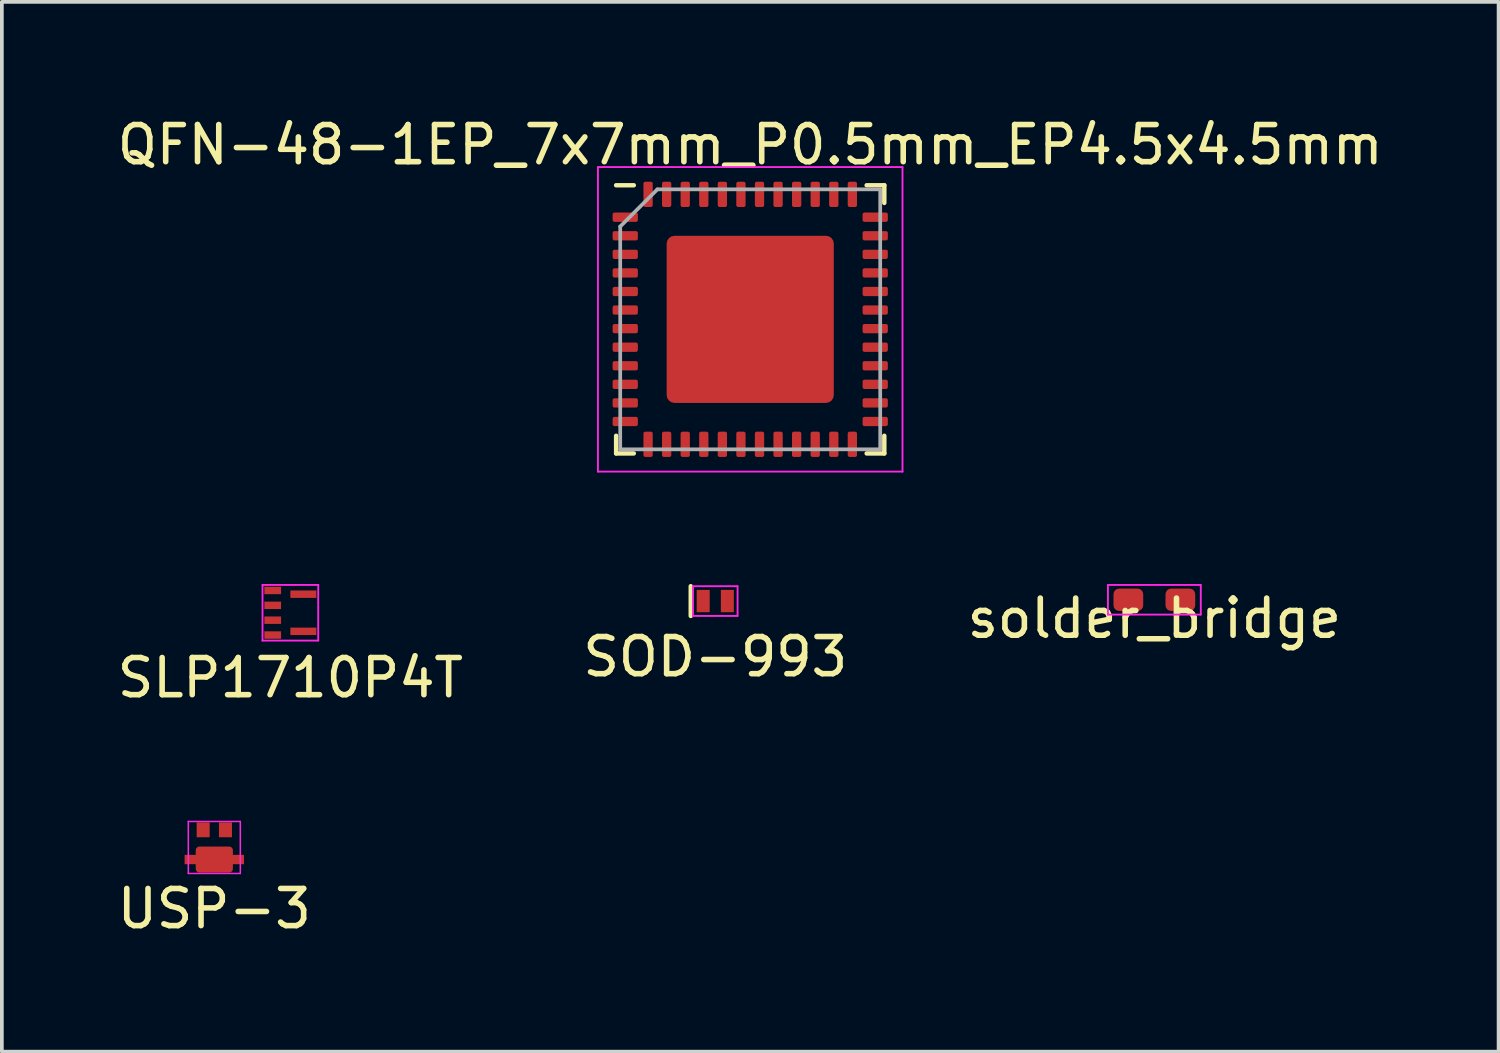
<source format=kicad_pcb>
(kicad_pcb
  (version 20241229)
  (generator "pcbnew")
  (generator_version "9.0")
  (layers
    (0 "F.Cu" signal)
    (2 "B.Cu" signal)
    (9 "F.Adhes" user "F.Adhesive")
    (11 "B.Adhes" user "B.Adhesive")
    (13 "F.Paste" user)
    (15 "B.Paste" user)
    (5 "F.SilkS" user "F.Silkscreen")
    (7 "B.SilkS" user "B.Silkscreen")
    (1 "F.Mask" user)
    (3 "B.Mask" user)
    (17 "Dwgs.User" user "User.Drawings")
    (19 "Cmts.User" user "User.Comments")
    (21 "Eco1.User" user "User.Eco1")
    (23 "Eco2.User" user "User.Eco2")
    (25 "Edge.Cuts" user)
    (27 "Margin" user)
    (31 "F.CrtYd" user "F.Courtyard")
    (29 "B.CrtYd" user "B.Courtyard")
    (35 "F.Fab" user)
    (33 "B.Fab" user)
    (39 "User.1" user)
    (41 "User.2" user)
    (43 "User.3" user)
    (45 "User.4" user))
  (footprint "USP-3"
    (layer "F.Cu")
    (at 2.72 19.892)
    (property "Reference" "USP-3" (at 0 1.524 0) (layer "F.SilkS") (effects (font (size 1 1) (thickness 0.15))))
    (attr through_hole)
    (fp_line (start -0.7 -0.825) (end -0.7 0.575) (stroke (width 0.04) (type solid)) (layer "F.CrtYd"))
    (fp_line (start -0.7 -0.825) (end 0.7 -0.825) (stroke (width 0.04) (type solid)) (layer "F.CrtYd"))
    (fp_line (start -0.7 0.575) (end 0.7 0.575) (stroke (width 0.04) (type solid)) (layer "F.CrtYd"))
    (fp_line (start 0.7 -0.825) (end 0.7 0.575) (stroke (width 0.04) (type solid)) (layer "F.CrtYd"))
    (pad "1" smd rect (at -0.3 -0.6) (size 0.35 0.4) (layers "F.Cu" "F.Mask" "F.Paste"))
    (pad "2" smd rect (at 0.3 -0.6) (size 0.35 0.4) (layers "F.Cu" "F.Mask" "F.Paste"))
    (pad "3" smd custom (at 0 0.2) (size 1.6 0.25) (layers "F.Cu" "F.Mask" "F.Paste") (options (anchor rect)) (primitives (gr_circle (center 0.4 -0.25) (end 0.5 -0.25) (width 0) (fill yes)) (gr_circle (center -0.4 -0.25) (end -0.3 -0.25) (width 0) (fill yes)) (gr_circle (center 0.4 0.25) (end 0.5 0.25) (width 0) (fill yes)) (gr_circle (center -0.4 0.25) (end -0.3 0.25) (width 0) (fill yes)) (gr_poly (pts (xy -0.5 -0.25) (xy -0.4 -0.35) (xy 0.4 -0.35) (xy 0.5 -0.25) (xy 0.5 0.25) (xy 0.4 0.35) (xy -0.4 0.35) (xy -0.5 0.25)) (width 0) (fill yes)))))
  (footprint "QFN-48-1EP_7x7mm_P0.5mm_EP4.5x4.5mm"
    (layer "F.Cu")
    (at 17.149 5.548)
    (property "Reference" "QFN-48-1EP_7x7mm_P0.5mm_EP4.5x4.5mm" (at 0 -4.7 180) (layer "F.SilkS") (effects (font (size 1 1) (thickness 0.15))))
    (attr smd)
    (fp_line (start -3.61 3.61) (end -3.61 3.135) (stroke (width 0.12) (type solid)) (layer "F.SilkS"))
    (fp_line (start -3.135 -3.61) (end -3.61 -3.61) (stroke (width 0.12) (type solid)) (layer "F.SilkS"))
    (fp_line (start -3.135 3.61) (end -3.61 3.61) (stroke (width 0.12) (type solid)) (layer "F.SilkS"))
    (fp_line (start 3.135 -3.61) (end 3.61 -3.61) (stroke (width 0.12) (type solid)) (layer "F.SilkS"))
    (fp_line (start 3.135 3.61) (end 3.61 3.61) (stroke (width 0.12) (type solid)) (layer "F.SilkS"))
    (fp_line (start 3.61 -3.61) (end 3.61 -3.135) (stroke (width 0.12) (type solid)) (layer "F.SilkS"))
    (fp_line (start 3.61 3.61) (end 3.61 3.135) (stroke (width 0.12) (type solid)) (layer "F.SilkS"))
    (fp_line (start -4.1 -4.1) (end -4.1 4.1) (stroke (width 0.05) (type solid)) (layer "F.CrtYd"))
    (fp_line (start -4.1 4.1) (end 4.1 4.1) (stroke (width 0.05) (type solid)) (layer "F.CrtYd"))
    (fp_line (start 4.1 -4.1) (end -4.1 -4.1) (stroke (width 0.05) (type solid)) (layer "F.CrtYd"))
    (fp_line (start 4.1 4.1) (end 4.1 -4.1) (stroke (width 0.05) (type solid)) (layer "F.CrtYd"))
    (fp_line (start -3.5 -2.5) (end -2.5 -3.5) (stroke (width 0.1) (type solid)) (layer "F.Fab"))
    (fp_line (start -3.5 3.5) (end -3.5 -2.5) (stroke (width 0.1) (type solid)) (layer "F.Fab"))
    (fp_line (start -2.5 -3.5) (end 3.5 -3.5) (stroke (width 0.1) (type solid)) (layer "F.Fab"))
    (fp_line (start 3.5 -3.5) (end 3.5 3.5) (stroke (width 0.1) (type solid)) (layer "F.Fab"))
    (fp_line (start 3.5 3.5) (end -3.5 3.5) (stroke (width 0.1) (type solid)) (layer "F.Fab"))
    (pad "" smd roundrect (at -3.44 -2.75) (size 0.83 0.25) (layers "F.Paste") (roundrect_rratio 0.2))
    (pad "" smd roundrect (at -3.44 -2.25) (size 0.83 0.25) (layers "F.Paste") (roundrect_rratio 0.2))
    (pad "" smd roundrect (at -3.44 -1.75) (size 0.83 0.25) (layers "F.Paste") (roundrect_rratio 0.2))
    (pad "" smd roundrect (at -3.44 -1.25) (size 0.83 0.25) (layers "F.Paste") (roundrect_rratio 0.2))
    (pad "" smd roundrect (at -3.44 -0.75) (size 0.83 0.25) (layers "F.Paste") (roundrect_rratio 0.2))
    (pad "" smd roundrect (at -3.44 -0.25) (size 0.83 0.25) (layers "F.Paste") (roundrect_rratio 0.2))
    (pad "" smd roundrect (at -3.44 0.25) (size 0.83 0.25) (layers "F.Paste") (roundrect_rratio 0.2))
    (pad "" smd roundrect (at -3.44 0.75) (size 0.83 0.25) (layers "F.Paste") (roundrect_rratio 0.2))
    (pad "" smd roundrect (at -3.44 1.25) (size 0.83 0.25) (layers "F.Paste") (roundrect_rratio 0.2))
    (pad "" smd roundrect (at -3.44 1.75) (size 0.83 0.25) (layers "F.Paste") (roundrect_rratio 0.2))
    (pad "" smd roundrect (at -3.44 2.25) (size 0.83 0.25) (layers "F.Paste") (roundrect_rratio 0.2))
    (pad "" smd roundrect (at -3.44 2.75) (size 0.83 0.25) (layers "F.Paste") (roundrect_rratio 0.2))
    (pad "" smd roundrect (at -2.75 -3.44 270) (size 0.83 0.25) (layers "F.Paste") (roundrect_rratio 0.2))
    (pad "" smd roundrect (at -2.75 3.44 90) (size 0.83 0.25) (layers "F.Paste") (roundrect_rratio 0.2))
    (pad "" smd roundrect (at -2.25 -3.44 270) (size 0.83 0.25) (layers "F.Paste") (roundrect_rratio 0.2))
    (pad "" smd roundrect (at -2.25 3.44 90) (size 0.83 0.25) (layers "F.Paste") (roundrect_rratio 0.2))
    (pad "" smd roundrect (at -1.75 -3.44 270) (size 0.83 0.25) (layers "F.Paste") (roundrect_rratio 0.2))
    (pad "" smd roundrect (at -1.75 3.44 90) (size 0.83 0.25) (layers "F.Paste") (roundrect_rratio 0.2))
    (pad "" smd roundrect (at -1.575 -1.575) (size 0.75 0.75) (layers "F.Paste") (roundrect_rratio 0.2))
    (pad "" smd roundrect (at -1.575 -0.525) (size 0.75 0.75) (layers "F.Paste") (roundrect_rratio 0.2))
    (pad "" smd roundrect (at -1.575 0.525) (size 0.75 0.75) (layers "F.Paste") (roundrect_rratio 0.2))
    (pad "" smd roundrect (at -1.575 1.575) (size 0.75 0.75) (layers "F.Paste") (roundrect_rratio 0.2))
    (pad "" smd roundrect (at -1.25 -3.44 270) (size 0.83 0.25) (layers "F.Paste") (roundrect_rratio 0.2))
    (pad "" smd roundrect (at -1.25 3.44 90) (size 0.83 0.25) (layers "F.Paste") (roundrect_rratio 0.2))
    (pad "" smd roundrect (at -0.75 -3.44 270) (size 0.83 0.25) (layers "F.Paste") (roundrect_rratio 0.2))
    (pad "" smd roundrect (at -0.75 3.44 90) (size 0.83 0.25) (layers "F.Paste") (roundrect_rratio 0.2))
    (pad "" smd roundrect (at -0.525 -1.575) (size 0.75 0.75) (layers "F.Paste") (roundrect_rratio 0.2))
    (pad "" smd roundrect (at -0.525 -0.525) (size 0.75 0.75) (layers "F.Paste") (roundrect_rratio 0.2))
    (pad "" smd roundrect (at -0.525 0.525) (size 0.75 0.75) (layers "F.Paste") (roundrect_rratio 0.2))
    (pad "" smd roundrect (at -0.525 1.575) (size 0.75 0.75) (layers "F.Paste") (roundrect_rratio 0.2))
    (pad "" smd roundrect (at -0.25 -3.44 270) (size 0.83 0.25) (layers "F.Paste") (roundrect_rratio 0.2))
    (pad "" smd roundrect (at -0.25 3.44 90) (size 0.83 0.25) (layers "F.Paste") (roundrect_rratio 0.2))
    (pad "" smd roundrect (at 0.25 -3.44 270) (size 0.83 0.25) (layers "F.Paste") (roundrect_rratio 0.2))
    (pad "" smd roundrect (at 0.25 3.44 90) (size 0.83 0.25) (layers "F.Paste") (roundrect_rratio 0.2))
    (pad "" smd roundrect (at 0.525 -1.575) (size 0.75 0.75) (layers "F.Paste") (roundrect_rratio 0.2))
    (pad "" smd roundrect (at 0.525 -0.525) (size 0.75 0.75) (layers "F.Paste") (roundrect_rratio 0.2))
    (pad "" smd roundrect (at 0.525 0.525) (size 0.75 0.75) (layers "F.Paste") (roundrect_rratio 0.2))
    (pad "" smd roundrect (at 0.525 1.575) (size 0.75 0.75) (layers "F.Paste") (roundrect_rratio 0.2))
    (pad "" smd roundrect (at 0.75 -3.44 270) (size 0.83 0.25) (layers "F.Paste") (roundrect_rratio 0.2))
    (pad "" smd roundrect (at 0.75 3.44 90) (size 0.83 0.25) (layers "F.Paste") (roundrect_rratio 0.2))
    (pad "" smd roundrect (at 1.25 -3.44 270) (size 0.83 0.25) (layers "F.Paste") (roundrect_rratio 0.2))
    (pad "" smd roundrect (at 1.25 3.44 90) (size 0.83 0.25) (layers "F.Paste") (roundrect_rratio 0.2))
    (pad "" smd roundrect (at 1.575 -1.575) (size 0.75 0.75) (layers "F.Paste") (roundrect_rratio 0.2))
    (pad "" smd roundrect (at 1.575 -0.525) (size 0.75 0.75) (layers "F.Paste") (roundrect_rratio 0.2))
    (pad "" smd roundrect (at 1.575 0.525) (size 0.75 0.75) (layers "F.Paste") (roundrect_rratio 0.2))
    (pad "" smd roundrect (at 1.575 1.575) (size 0.75 0.75) (layers "F.Paste") (roundrect_rratio 0.2))
    (pad "" smd roundrect (at 1.75 -3.44 270) (size 0.83 0.25) (layers "F.Paste") (roundrect_rratio 0.2))
    (pad "" smd roundrect (at 1.75 3.44 90) (size 0.83 0.25) (layers "F.Paste") (roundrect_rratio 0.2))
    (pad "" smd roundrect (at 2.25 -3.44 270) (size 0.83 0.25) (layers "F.Paste") (roundrect_rratio 0.2))
    (pad "" smd roundrect (at 2.25 3.44 90) (size 0.83 0.25) (layers "F.Paste") (roundrect_rratio 0.2))
    (pad "" smd roundrect (at 2.75 -3.44 270) (size 0.83 0.25) (layers "F.Paste") (roundrect_rratio 0.2))
    (pad "" smd roundrect (at 2.75 3.44 90) (size 0.83 0.25) (layers "F.Paste") (roundrect_rratio 0.2))
    (pad "" smd roundrect (at 3.44 -2.75 180) (size 0.83 0.25) (layers "F.Paste") (roundrect_rratio 0.2))
    (pad "" smd roundrect (at 3.44 -2.25 180) (size 0.83 0.25) (layers "F.Paste") (roundrect_rratio 0.2))
    (pad "" smd roundrect (at 3.44 -1.75 180) (size 0.83 0.25) (layers "F.Paste") (roundrect_rratio 0.2))
    (pad "" smd roundrect (at 3.44 -1.25 180) (size 0.83 0.25) (layers "F.Paste") (roundrect_rratio 0.2))
    (pad "" smd roundrect (at 3.44 -0.75 180) (size 0.83 0.25) (layers "F.Paste") (roundrect_rratio 0.2))
    (pad "" smd roundrect (at 3.44 -0.25 180) (size 0.83 0.25) (layers "F.Paste") (roundrect_rratio 0.2))
    (pad "" smd roundrect (at 3.44 0.25 180) (size 0.83 0.25) (layers "F.Paste") (roundrect_rratio 0.2))
    (pad "" smd roundrect (at 3.44 0.75 180) (size 0.83 0.25) (layers "F.Paste") (roundrect_rratio 0.2))
    (pad "" smd roundrect (at 3.44 1.25 180) (size 0.83 0.25) (layers "F.Paste") (roundrect_rratio 0.2))
    (pad "" smd roundrect (at 3.44 1.75 180) (size 0.83 0.25) (layers "F.Paste") (roundrect_rratio 0.2))
    (pad "" smd roundrect (at 3.44 2.25 180) (size 0.83 0.25) (layers "F.Paste") (roundrect_rratio 0.2))
    (pad "" smd roundrect (at 3.44 2.75 180) (size 0.83 0.25) (layers "F.Paste") (roundrect_rratio 0.2))
    (pad "1" smd roundrect (at -3.365 -2.75) (size 0.68 0.25) (layers "F.Cu" "F.Mask") (roundrect_rratio 0.2))
    (pad "2" smd roundrect (at -3.365 -2.25) (size 0.68 0.25) (layers "F.Cu" "F.Mask") (roundrect_rratio 0.2))
    (pad "3" smd roundrect (at -3.365 -1.75) (size 0.68 0.25) (layers "F.Cu" "F.Mask") (roundrect_rratio 0.2))
    (pad "4" smd roundrect (at -3.365 -1.25) (size 0.68 0.25) (layers "F.Cu" "F.Mask") (roundrect_rratio 0.2))
    (pad "5" smd roundrect (at -3.365 -0.75) (size 0.68 0.25) (layers "F.Cu" "F.Mask") (roundrect_rratio 0.2))
    (pad "6" smd roundrect (at -3.365 -0.25) (size 0.68 0.25) (layers "F.Cu" "F.Mask") (roundrect_rratio 0.2))
    (pad "7" smd roundrect (at -3.365 0.25) (size 0.68 0.25) (layers "F.Cu" "F.Mask") (roundrect_rratio 0.2))
    (pad "8" smd roundrect (at -3.365 0.75) (size 0.68 0.25) (layers "F.Cu" "F.Mask") (roundrect_rratio 0.2))
    (pad "9" smd roundrect (at -3.365 1.25) (size 0.68 0.25) (layers "F.Cu" "F.Mask") (roundrect_rratio 0.2))
    (pad "10" smd roundrect (at -3.365 1.75) (size 0.68 0.25) (layers "F.Cu" "F.Mask") (roundrect_rratio 0.2))
    (pad "11" smd roundrect (at -3.365 2.25) (size 0.68 0.25) (layers "F.Cu" "F.Mask") (roundrect_rratio 0.2))
    (pad "12" smd roundrect (at -3.365 2.75) (size 0.68 0.25) (layers "F.Cu" "F.Mask") (roundrect_rratio 0.2))
    (pad "13" smd roundrect (at -2.75 3.365) (size 0.25 0.68) (layers "F.Cu" "F.Mask") (roundrect_rratio 0.2))
    (pad "14" smd roundrect (at -2.25 3.365) (size 0.25 0.68) (layers "F.Cu" "F.Mask") (roundrect_rratio 0.2))
    (pad "15" smd roundrect (at -1.75 3.365) (size 0.25 0.68) (layers "F.Cu" "F.Mask") (roundrect_rratio 0.2))
    (pad "16" smd roundrect (at -1.25 3.365) (size 0.25 0.68) (layers "F.Cu" "F.Mask") (roundrect_rratio 0.2))
    (pad "17" smd roundrect (at -0.75 3.365) (size 0.25 0.68) (layers "F.Cu" "F.Mask") (roundrect_rratio 0.2))
    (pad "18" smd roundrect (at -0.25 3.365) (size 0.25 0.68) (layers "F.Cu" "F.Mask") (roundrect_rratio 0.2))
    (pad "19" smd roundrect (at 0.25 3.365) (size 0.25 0.68) (layers "F.Cu" "F.Mask") (roundrect_rratio 0.2))
    (pad "20" smd roundrect (at 0.75 3.365) (size 0.25 0.68) (layers "F.Cu" "F.Mask") (roundrect_rratio 0.2))
    (pad "21" smd roundrect (at 1.25 3.365) (size 0.25 0.68) (layers "F.Cu" "F.Mask") (roundrect_rratio 0.2))
    (pad "22" smd roundrect (at 1.75 3.365) (size 0.25 0.68) (layers "F.Cu" "F.Mask") (roundrect_rratio 0.2))
    (pad "23" smd roundrect (at 2.25 3.365) (size 0.25 0.68) (layers "F.Cu" "F.Mask") (roundrect_rratio 0.2))
    (pad "24" smd roundrect (at 2.75 3.365) (size 0.25 0.68) (layers "F.Cu" "F.Mask") (roundrect_rratio 0.2))
    (pad "25" smd roundrect (at 3.365 2.75) (size 0.68 0.25) (layers "F.Cu" "F.Mask") (roundrect_rratio 0.2))
    (pad "26" smd roundrect (at 3.365 2.25) (size 0.68 0.25) (layers "F.Cu" "F.Mask") (roundrect_rratio 0.2))
    (pad "27" smd roundrect (at 3.365 1.75) (size 0.68 0.25) (layers "F.Cu" "F.Mask") (roundrect_rratio 0.2))
    (pad "28" smd roundrect (at 3.365 1.25) (size 0.68 0.25) (layers "F.Cu" "F.Mask") (roundrect_rratio 0.2))
    (pad "29" smd roundrect (at 3.365 0.75) (size 0.68 0.25) (layers "F.Cu" "F.Mask") (roundrect_rratio 0.2))
    (pad "30" smd roundrect (at 3.365 0.25) (size 0.68 0.25) (layers "F.Cu" "F.Mask") (roundrect_rratio 0.2))
    (pad "31" smd roundrect (at 3.365 -0.25) (size 0.68 0.25) (layers "F.Cu" "F.Mask") (roundrect_rratio 0.2))
    (pad "32" smd roundrect (at 3.365 -0.75) (size 0.68 0.25) (layers "F.Cu" "F.Mask") (roundrect_rratio 0.2))
    (pad "33" smd roundrect (at 3.365 -1.25) (size 0.68 0.25) (layers "F.Cu" "F.Mask") (roundrect_rratio 0.2))
    (pad "34" smd roundrect (at 3.365 -1.75) (size 0.68 0.25) (layers "F.Cu" "F.Mask") (roundrect_rratio 0.2))
    (pad "35" smd roundrect (at 3.365 -2.25) (size 0.68 0.25) (layers "F.Cu" "F.Mask") (roundrect_rratio 0.2))
    (pad "36" smd roundrect (at 3.365 -2.75) (size 0.68 0.25) (layers "F.Cu" "F.Mask") (roundrect_rratio 0.2))
    (pad "37" smd roundrect (at 2.75 -3.365) (size 0.25 0.68) (layers "F.Cu" "F.Mask") (roundrect_rratio 0.2))
    (pad "38" smd roundrect (at 2.25 -3.365) (size 0.25 0.68) (layers "F.Cu" "F.Mask") (roundrect_rratio 0.2))
    (pad "39" smd roundrect (at 1.75 -3.365) (size 0.25 0.68) (layers "F.Cu" "F.Mask") (roundrect_rratio 0.2))
    (pad "40" smd roundrect (at 1.25 -3.365) (size 0.25 0.68) (layers "F.Cu" "F.Mask") (roundrect_rratio 0.2))
    (pad "41" smd roundrect (at 0.75 -3.365) (size 0.25 0.68) (layers "F.Cu" "F.Mask") (roundrect_rratio 0.2))
    (pad "42" smd roundrect (at 0.25 -3.365) (size 0.25 0.68) (layers "F.Cu" "F.Mask") (roundrect_rratio 0.2))
    (pad "43" smd roundrect (at -0.25 -3.365) (size 0.25 0.68) (layers "F.Cu" "F.Mask") (roundrect_rratio 0.2))
    (pad "44" smd roundrect (at -0.75 -3.365) (size 0.25 0.68) (layers "F.Cu" "F.Mask") (roundrect_rratio 0.2))
    (pad "45" smd roundrect (at -1.25 -3.365) (size 0.25 0.68) (layers "F.Cu" "F.Mask") (roundrect_rratio 0.2))
    (pad "46" smd roundrect (at -1.75 -3.365) (size 0.25 0.68) (layers "F.Cu" "F.Mask") (roundrect_rratio 0.2))
    (pad "47" smd roundrect (at -2.25 -3.365) (size 0.25 0.68) (layers "F.Cu" "F.Mask") (roundrect_rratio 0.2))
    (pad "48" smd roundrect (at -2.75 -3.365) (size 0.25 0.68) (layers "F.Cu" "F.Mask") (roundrect_rratio 0.2))
    (pad "49" smd roundrect (at 0 0) (size 4.5 4.5) (layers "F.Cu" "F.Mask") (roundrect_rratio 0.047)))
  (footprint "solder_bridge"
    (layer "F.Cu")
    (at 28.03 13.098)
    (property "Reference" "solder_bridge" (at 0 0.5 0) (layer "F.SilkS") (effects (font (size 1 1) (thickness 0.15))))
    (attr through_hole)
    (fp_line (start -1.25 0.4) (end -1.25 -0.4) (stroke (width 0.05) (type solid)) (layer "F.CrtYd"))
    (fp_line (start 1.25 -0.4) (end -1.25 -0.4) (stroke (width 0.05) (type solid)) (layer "F.CrtYd"))
    (fp_line (start 1.25 -0.4) (end 1.25 0.4) (stroke (width 0.05) (type solid)) (layer "F.CrtYd"))
    (fp_line (start 1.25 0.4) (end -1.25 0.4) (stroke (width 0.05) (type solid)) (layer "F.CrtYd"))
    (pad "1" smd roundrect (at -0.7 0) (size 0.8 0.6) (layers "F.Cu" "F.Mask" "F.Paste") (roundrect_rratio 0.25))
    (pad "2" smd roundrect (at 0.7 0) (size 0.8 0.6) (layers "F.Cu" "F.Mask" "F.Paste") (roundrect_rratio 0.25)))
  (footprint "SLP1710P4T"
    (layer "F.Cu")
    (at 4.768 13.448)
    (property "Reference" "SLP1710P4T" (at 0 1.75 0) (layer "F.SilkS") (effects (font (size 1 1) (thickness 0.15))))
    (attr through_hole)
    (fp_line (start -0.75 -0.75) (end 0.75 -0.75) (stroke (width 0.05) (type solid)) (layer "F.CrtYd"))
    (fp_line (start -0.75 0.75) (end -0.75 -0.75) (stroke (width 0.05) (type solid)) (layer "F.CrtYd"))
    (fp_line (start 0.75 -0.75) (end 0.75 0.75) (stroke (width 0.05) (type solid)) (layer "F.CrtYd"))
    (fp_line (start 0.75 0.75) (end -0.75 0.75) (stroke (width 0.05) (type solid)) (layer "F.CrtYd"))
    (pad "1" smd rect (at -0.475 -0.6) (size 0.45 0.2) (layers "F.Cu" "F.Mask" "F.Paste"))
    (pad "2" smd rect (at -0.475 -0.2) (size 0.45 0.2) (layers "F.Cu" "F.Mask" "F.Paste"))
    (pad "3" smd rect (at -0.475 0.2) (size 0.45 0.2) (layers "F.Cu" "F.Mask" "F.Paste"))
    (pad "4" smd rect (at -0.475 0.6) (size 0.45 0.2) (layers "F.Cu" "F.Mask" "F.Paste"))
    (pad "5" smd rect (at 0.35 0.5) (size 0.7 0.2) (layers "F.Cu" "F.Mask" "F.Paste"))
    (pad "6" smd rect (at 0.35 -0.5) (size 0.7 0.2) (layers "F.Cu" "F.Mask" "F.Paste")))
  (footprint "SOD-993"
    (layer "F.Cu")
    (at 16.208 13.133)
    (property "Reference" "SOD-993" (at 0 1.5 0) (layer "F.SilkS") (effects (font (size 1 1) (thickness 0.15))))
    (attr smd)
    (fp_line (start -0.66 -0.4) (end -0.66 0.4) (stroke (width 0.12) (type solid)) (layer "F.SilkS"))
    (fp_line (start -0.6 -0.4) (end 0.6 -0.4) (stroke (width 0.05) (type solid)) (layer "F.CrtYd"))
    (fp_line (start -0.6 0.4) (end -0.6 -0.4) (stroke (width 0.05) (type solid)) (layer "F.CrtYd"))
    (fp_line (start -0.6 0.4) (end 0.6 0.4) (stroke (width 0.05) (type solid)) (layer "F.CrtYd"))
    (fp_line (start 0.6 0.4) (end 0.6 -0.4) (stroke (width 0.05) (type solid)) (layer "F.CrtYd"))
    (pad "1" smd rect (at -0.325 0) (size 0.35 0.6) (layers "F.Cu" "F.Mask" "F.Paste"))
    (pad "2" smd rect (at 0.325 0) (size 0.35 0.6) (layers "F.Cu" "F.Mask" "F.Paste")))
  (gr_rect
    (start -3 -3)
    (end 37.298 25.264)
    (stroke (width 0.1) (type default))
    (fill no)
    (layer "Edge.Cuts")))
</source>
